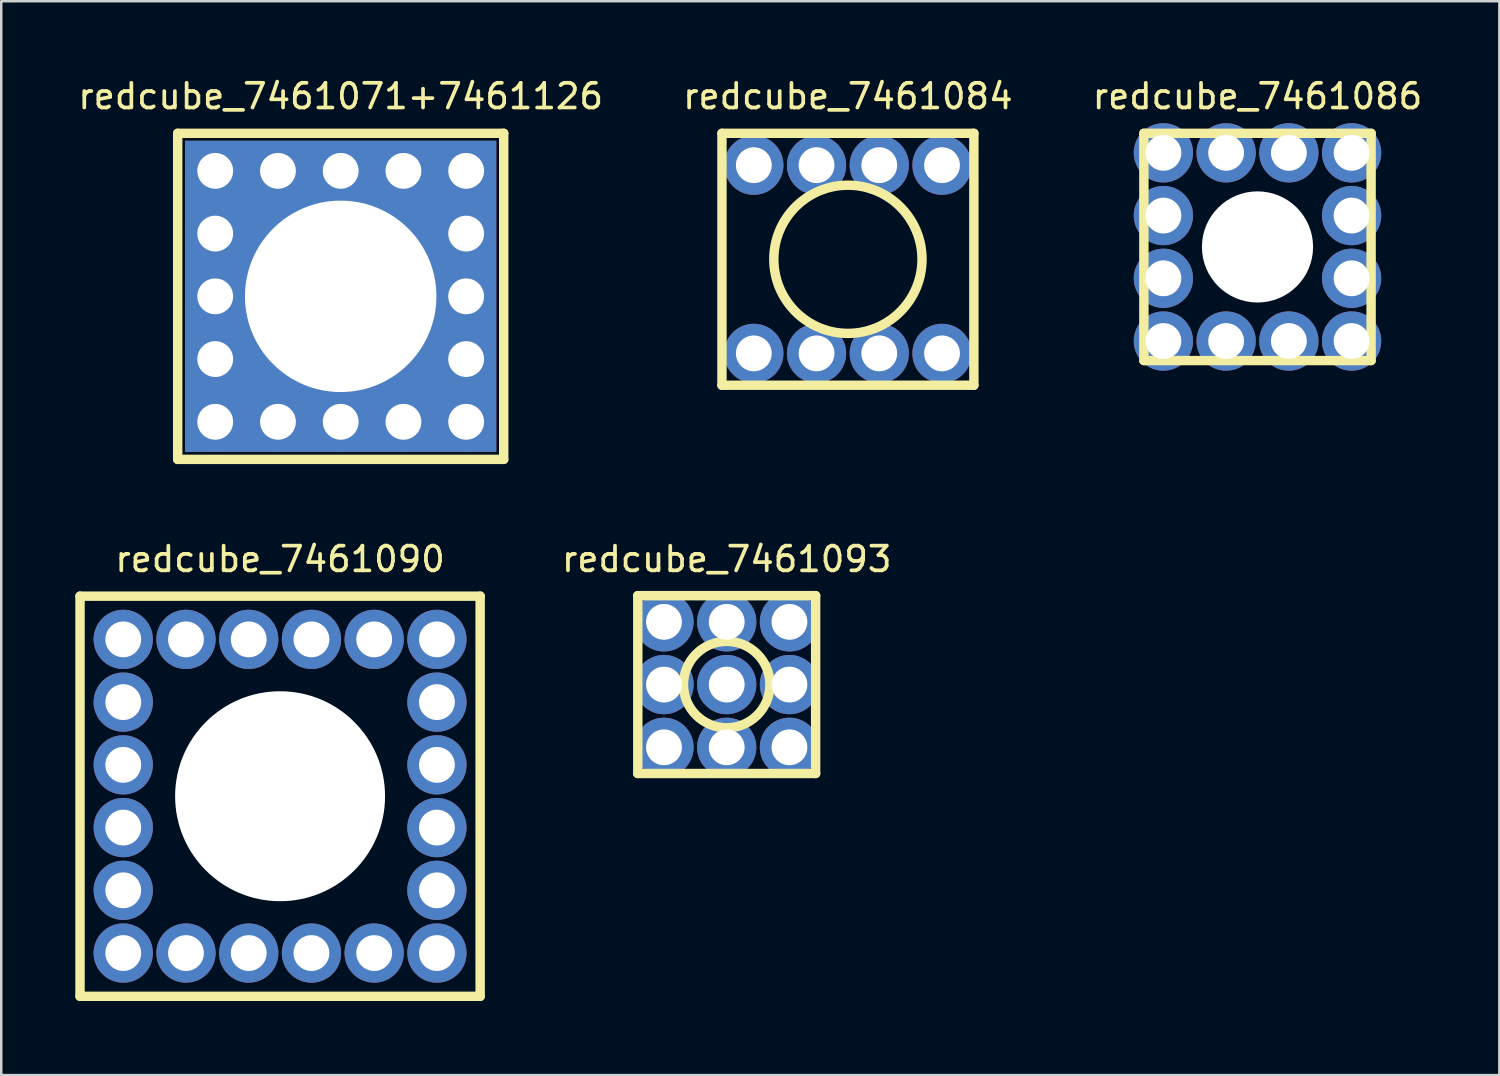
<source format=kicad_pcb>
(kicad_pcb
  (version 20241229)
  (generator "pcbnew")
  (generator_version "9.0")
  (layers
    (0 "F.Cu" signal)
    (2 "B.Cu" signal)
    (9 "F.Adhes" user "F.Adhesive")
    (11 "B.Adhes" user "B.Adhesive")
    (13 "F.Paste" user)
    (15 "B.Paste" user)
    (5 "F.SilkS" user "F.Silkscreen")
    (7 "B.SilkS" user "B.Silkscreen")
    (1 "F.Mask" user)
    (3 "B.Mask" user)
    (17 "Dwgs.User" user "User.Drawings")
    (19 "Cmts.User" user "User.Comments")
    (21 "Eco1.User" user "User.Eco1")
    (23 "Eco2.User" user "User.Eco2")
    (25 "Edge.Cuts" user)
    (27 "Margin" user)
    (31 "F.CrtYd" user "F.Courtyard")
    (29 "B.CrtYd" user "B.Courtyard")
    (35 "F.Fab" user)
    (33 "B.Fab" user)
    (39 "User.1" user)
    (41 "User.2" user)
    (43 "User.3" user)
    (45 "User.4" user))
  (footprint "redcube_7461090"
    (layer "F.Cu")
    (at 8.29 29.187)
    (property "Reference" "redcube_7461090" (at 0 -9.6 0) (layer "F.SilkS") (effects (font (size 1 1) (thickness 0.15))))
    (attr through_hole)
    (fp_line (start -8.1 -8.1) (end 8.1 -8.1) (stroke (width 0.381) (type solid)) (layer "F.SilkS"))
    (fp_line (start -8.1 8.1) (end -8.1 -8.1) (stroke (width 0.381) (type solid)) (layer "F.SilkS"))
    (fp_line (start 8.1 -8.1) (end 8.1 8.1) (stroke (width 0.381) (type solid)) (layer "F.SilkS"))
    (fp_line (start 8.1 8.1) (end -8.1 8.1) (stroke (width 0.381) (type solid)) (layer "F.SilkS"))
    (fp_circle (center 0 0) (end 4 0) (stroke (width 0.381) (type solid)) (fill no) (layer "F.SilkS"))
    (pad "" np_thru_hole circle (at 0 0) (size 8.5 8.5) (drill 8.5) (layers "*.Cu" "*.Mask"))
    (pad "1" thru_hole circle (at -6.35 -6.35) (size 2.4 2.4) (drill 1.45) (layers "*.Cu" "*.Mask"))
    (pad "1" thru_hole circle (at -6.35 -3.81) (size 2.4 2.4) (drill 1.45) (layers "*.Cu" "*.Mask"))
    (pad "1" thru_hole circle (at -6.35 -1.27) (size 2.4 2.4) (drill 1.45) (layers "*.Cu" "*.Mask"))
    (pad "1" thru_hole circle (at -6.35 1.27) (size 2.4 2.4) (drill 1.45) (layers "*.Cu" "*.Mask"))
    (pad "1" thru_hole circle (at -6.35 3.81) (size 2.4 2.4) (drill 1.45) (layers "*.Cu" "*.Mask"))
    (pad "1" thru_hole circle (at -6.35 6.35) (size 2.4 2.4) (drill 1.45) (layers "*.Cu" "*.Mask"))
    (pad "1" thru_hole circle (at -3.81 -6.35) (size 2.4 2.4) (drill 1.45) (layers "*.Cu" "*.Mask"))
    (pad "1" thru_hole circle (at -3.81 6.35) (size 2.4 2.4) (drill 1.45) (layers "*.Cu" "*.Mask"))
    (pad "1" thru_hole circle (at -1.27 -6.35) (size 2.4 2.4) (drill 1.45) (layers "*.Cu" "*.Mask"))
    (pad "1" thru_hole circle (at -1.27 6.35) (size 2.4 2.4) (drill 1.45) (layers "*.Cu" "*.Mask"))
    (pad "1" thru_hole circle (at 1.27 -6.35) (size 2.4 2.4) (drill 1.45) (layers "*.Cu" "*.Mask"))
    (pad "1" thru_hole circle (at 1.27 6.35) (size 2.4 2.4) (drill 1.45) (layers "*.Cu" "*.Mask"))
    (pad "1" thru_hole circle (at 3.81 -6.35) (size 2.4 2.4) (drill 1.45) (layers "*.Cu" "*.Mask"))
    (pad "1" thru_hole circle (at 3.81 6.35) (size 2.4 2.4) (drill 1.45) (layers "*.Cu" "*.Mask"))
    (pad "1" thru_hole circle (at 6.35 -6.35) (size 2.4 2.4) (drill 1.45) (layers "*.Cu" "*.Mask"))
    (pad "1" thru_hole circle (at 6.35 -3.81) (size 2.4 2.4) (drill 1.45) (layers "*.Cu" "*.Mask"))
    (pad "1" thru_hole circle (at 6.35 -1.27) (size 2.4 2.4) (drill 1.45) (layers "*.Cu" "*.Mask"))
    (pad "1" thru_hole circle (at 6.35 1.27) (size 2.4 2.4) (drill 1.45) (layers "*.Cu" "*.Mask"))
    (pad "1" thru_hole circle (at 6.35 3.81) (size 2.4 2.4) (drill 1.45) (layers "*.Cu" "*.Mask"))
    (pad "1" thru_hole circle (at 6.35 6.35) (size 2.4 2.4) (drill 1.45) (layers "*.Cu" "*.Mask")))
  (footprint "redcube_7461071+7461126"
    (layer "F.Cu")
    (at 10.744 8.948)
    (property "Reference" "redcube_7461071+7461126" (at 0 -8.1 0) (layer "F.SilkS") (effects (font (size 1 1) (thickness 0.15))))
    (attr through_hole)
    (fp_line (start -6.6 -6.6) (end 6.6 -6.6) (stroke (width 0.381) (type solid)) (layer "F.SilkS"))
    (fp_line (start -6.6 6.6) (end -6.6 -6.6) (stroke (width 0.381) (type solid)) (layer "F.SilkS"))
    (fp_line (start 6.6 -6.6) (end 6.6 6.6) (stroke (width 0.381) (type solid)) (layer "F.SilkS"))
    (fp_line (start 6.6 6.6) (end -6.6 6.6) (stroke (width 0.381) (type solid)) (layer "F.SilkS"))
    (fp_circle (center 0 0) (end 3.6 0) (stroke (width 0.381) (type solid)) (fill no) (layer "F.SilkS"))
    (pad "1" thru_hole circle (at -5.08 -5.08) (size 2.4 2.4) (drill 1.45) (layers "*.Cu" "*.Mask"))
    (pad "1" thru_hole circle (at -5.08 -2.54) (size 2.4 2.4) (drill 1.45) (layers "*.Cu" "*.Mask"))
    (pad "1" thru_hole circle (at -5.08 0) (size 2.4 2.4) (drill 1.45) (layers "*.Cu" "*.Mask"))
    (pad "1" thru_hole circle (at -5.08 2.54) (size 2.4 2.4) (drill 1.45) (layers "*.Cu" "*.Mask"))
    (pad "1" thru_hole circle (at -5.08 5.08) (size 2.4 2.4) (drill 1.45) (layers "*.Cu" "*.Mask"))
    (pad "1" thru_hole circle (at -2.54 -5.08) (size 2.4 2.4) (drill 1.45) (layers "*.Cu" "*.Mask"))
    (pad "1" thru_hole circle (at -2.54 5.08) (size 2.4 2.4) (drill 1.45) (layers "*.Cu" "*.Mask"))
    (pad "1" thru_hole circle (at 0 -5.08) (size 2.4 2.4) (drill 1.45) (layers "*.Cu" "*.Mask"))
    (pad "1" thru_hole rect (at 0 0) (size 12.6 12.6) (drill 7.75) (layers "*.Cu" "*.Mask"))
    (pad "1" thru_hole circle (at 0 5.08) (size 2.4 2.4) (drill 1.45) (layers "*.Cu" "*.Mask"))
    (pad "1" thru_hole circle (at 2.54 -5.08) (size 2.4 2.4) (drill 1.45) (layers "*.Cu" "*.Mask"))
    (pad "1" thru_hole circle (at 2.54 5.08) (size 2.4 2.4) (drill 1.45) (layers "*.Cu" "*.Mask"))
    (pad "1" thru_hole circle (at 5.08 -5.08) (size 2.4 2.4) (drill 1.45) (layers "*.Cu" "*.Mask"))
    (pad "1" thru_hole circle (at 5.08 -2.54) (size 2.4 2.4) (drill 1.45) (layers "*.Cu" "*.Mask"))
    (pad "1" thru_hole circle (at 5.08 0) (size 2.4 2.4) (drill 1.45) (layers "*.Cu" "*.Mask"))
    (pad "1" thru_hole circle (at 5.08 2.54) (size 2.4 2.4) (drill 1.45) (layers "*.Cu" "*.Mask"))
    (pad "1" thru_hole circle (at 5.08 5.08) (size 2.4 2.4) (drill 1.45) (layers "*.Cu" "*.Mask")))
  (footprint "redcube_7461093"
    (layer "F.Cu")
    (at 26.373 24.667)
    (property "Reference" "redcube_7461093" (at 0 -5.08 0) (layer "F.SilkS") (effects (font (size 1 1) (thickness 0.15))))
    (attr through_hole)
    (fp_line (start -3.6 -3.6) (end 3.6 -3.6) (stroke (width 0.381) (type solid)) (layer "F.SilkS"))
    (fp_line (start -3.6 3.6) (end -3.6 -3.6) (stroke (width 0.381) (type solid)) (layer "F.SilkS"))
    (fp_line (start 3.6 -3.6) (end 3.6 3.6) (stroke (width 0.381) (type solid)) (layer "F.SilkS"))
    (fp_line (start 3.6 3.6) (end -3.6 3.6) (stroke (width 0.381) (type solid)) (layer "F.SilkS"))
    (fp_circle (center 0 0) (end 1.75 0) (stroke (width 0.381) (type solid)) (fill no) (layer "F.SilkS"))
    (pad "1" thru_hole circle (at -2.54 -2.54) (size 2.4 2.4) (drill 1.45) (layers "*.Cu" "*.Mask"))
    (pad "1" thru_hole circle (at -2.54 0) (size 2.4 2.4) (drill 1.45) (layers "*.Cu" "*.Mask"))
    (pad "1" thru_hole circle (at -2.54 2.54) (size 2.4 2.4) (drill 1.45) (layers "*.Cu" "*.Mask"))
    (pad "1" thru_hole circle (at 0 -2.54) (size 2.4 2.4) (drill 1.45) (layers "*.Cu" "*.Mask"))
    (pad "1" thru_hole circle (at 0 0) (size 2.4 2.4) (drill 1.45) (layers "*.Cu" "*.Mask"))
    (pad "1" thru_hole circle (at 0 2.54) (size 2.4 2.4) (drill 1.45) (layers "*.Cu" "*.Mask"))
    (pad "1" thru_hole circle (at 2.54 -2.54) (size 2.4 2.4) (drill 1.45) (layers "*.Cu" "*.Mask"))
    (pad "1" thru_hole circle (at 2.54 0) (size 2.4 2.4) (drill 1.45) (layers "*.Cu" "*.Mask"))
    (pad "1" thru_hole circle (at 2.54 2.54) (size 2.4 2.4) (drill 1.45) (layers "*.Cu" "*.Mask")))
  (footprint "redcube_7461084"
    (layer "F.Cu")
    (at 31.28 7.448)
    (property "Reference" "redcube_7461084" (at 0 -6.6 0) (layer "F.SilkS") (effects (font (size 1 1) (thickness 0.15))))
    (attr through_hole)
    (fp_line (start -5.1 -5.1) (end 5.1 -5.1) (stroke (width 0.381) (type solid)) (layer "F.SilkS"))
    (fp_line (start -5.1 5.1) (end -5.1 -5.1) (stroke (width 0.381) (type solid)) (layer "F.SilkS"))
    (fp_line (start 5.1 -5.1) (end 5.1 5.1) (stroke (width 0.381) (type solid)) (layer "F.SilkS"))
    (fp_line (start 5.1 5.1) (end -5.1 5.1) (stroke (width 0.381) (type solid)) (layer "F.SilkS"))
    (fp_circle (center 0 0) (end 3 0) (stroke (width 0.381) (type solid)) (fill no) (layer "F.SilkS"))
    (pad "1" thru_hole circle (at -3.81 -3.81) (size 2.4 2.4) (drill 1.45) (layers "*.Cu" "*.Mask"))
    (pad "1" thru_hole circle (at -3.81 3.81) (size 2.4 2.4) (drill 1.45) (layers "*.Cu" "*.Mask"))
    (pad "1" thru_hole circle (at -1.27 -3.81) (size 2.4 2.4) (drill 1.45) (layers "*.Cu" "*.Mask"))
    (pad "1" thru_hole circle (at -1.27 3.81) (size 2.4 2.4) (drill 1.45) (layers "*.Cu" "*.Mask"))
    (pad "1" thru_hole circle (at 1.27 -3.81) (size 2.4 2.4) (drill 1.45) (layers "*.Cu" "*.Mask"))
    (pad "1" thru_hole circle (at 1.27 3.81) (size 2.4 2.4) (drill 1.45) (layers "*.Cu" "*.Mask"))
    (pad "1" thru_hole circle (at 3.81 -3.81) (size 2.4 2.4) (drill 1.45) (layers "*.Cu" "*.Mask"))
    (pad "1" thru_hole circle (at 3.81 3.81) (size 2.4 2.4) (drill 1.45) (layers "*.Cu" "*.Mask")))
  (footprint "redcube_7461086"
    (layer "F.Cu")
    (at 47.863 6.948)
    (property "Reference" "redcube_7461086" (at 0 -6.1 0) (layer "F.SilkS") (effects (font (size 1 1) (thickness 0.15))))
    (attr through_hole)
    (fp_line (start -4.6 -4.6) (end 4.6 -4.6) (stroke (width 0.381) (type solid)) (layer "F.SilkS"))
    (fp_line (start -4.6 4.6) (end -4.6 -4.6) (stroke (width 0.381) (type solid)) (layer "F.SilkS"))
    (fp_line (start 4.6 -4.6) (end 4.6 4.6) (stroke (width 0.381) (type solid)) (layer "F.SilkS"))
    (fp_line (start 4.6 4.6) (end -4.6 4.6) (stroke (width 0.381) (type solid)) (layer "F.SilkS"))
    (fp_circle (center 0 0) (end 2 0) (stroke (width 0.381) (type solid)) (fill no) (layer "F.SilkS"))
    (pad "" np_thru_hole circle (at 0 0) (size 4.5 4.5) (drill 4.5) (layers "*.Cu" "*.Mask"))
    (pad "1" thru_hole circle (at -3.81 -3.81) (size 2.4 2.4) (drill 1.45) (layers "*.Cu" "*.Mask"))
    (pad "1" thru_hole circle (at -3.81 -1.27) (size 2.4 2.4) (drill 1.45) (layers "*.Cu" "*.Mask"))
    (pad "1" thru_hole circle (at -3.81 1.27) (size 2.4 2.4) (drill 1.45) (layers "*.Cu" "*.Mask"))
    (pad "1" thru_hole circle (at -3.81 3.81) (size 2.4 2.4) (drill 1.45) (layers "*.Cu" "*.Mask"))
    (pad "1" thru_hole circle (at -1.27 -3.81) (size 2.4 2.4) (drill 1.45) (layers "*.Cu" "*.Mask"))
    (pad "1" thru_hole circle (at -1.27 3.81) (size 2.4 2.4) (drill 1.45) (layers "*.Cu" "*.Mask"))
    (pad "1" thru_hole circle (at 1.27 -3.81) (size 2.4 2.4) (drill 1.45) (layers "*.Cu" "*.Mask"))
    (pad "1" thru_hole circle (at 1.27 3.81) (size 2.4 2.4) (drill 1.45) (layers "*.Cu" "*.Mask"))
    (pad "1" thru_hole circle (at 3.81 -3.81) (size 2.4 2.4) (drill 1.45) (layers "*.Cu" "*.Mask"))
    (pad "1" thru_hole circle (at 3.81 -1.27) (size 2.4 2.4) (drill 1.45) (layers "*.Cu" "*.Mask"))
    (pad "1" thru_hole circle (at 3.81 1.27) (size 2.4 2.4) (drill 1.45) (layers "*.Cu" "*.Mask"))
    (pad "1" thru_hole circle (at 3.81 3.81) (size 2.4 2.4) (drill 1.45) (layers "*.Cu" "*.Mask")))
  (gr_rect
    (start -3 -3)
    (end 57.655 40.477)
    (stroke (width 0.1) (type default))
    (fill no)
    (layer "Edge.Cuts")))
</source>
